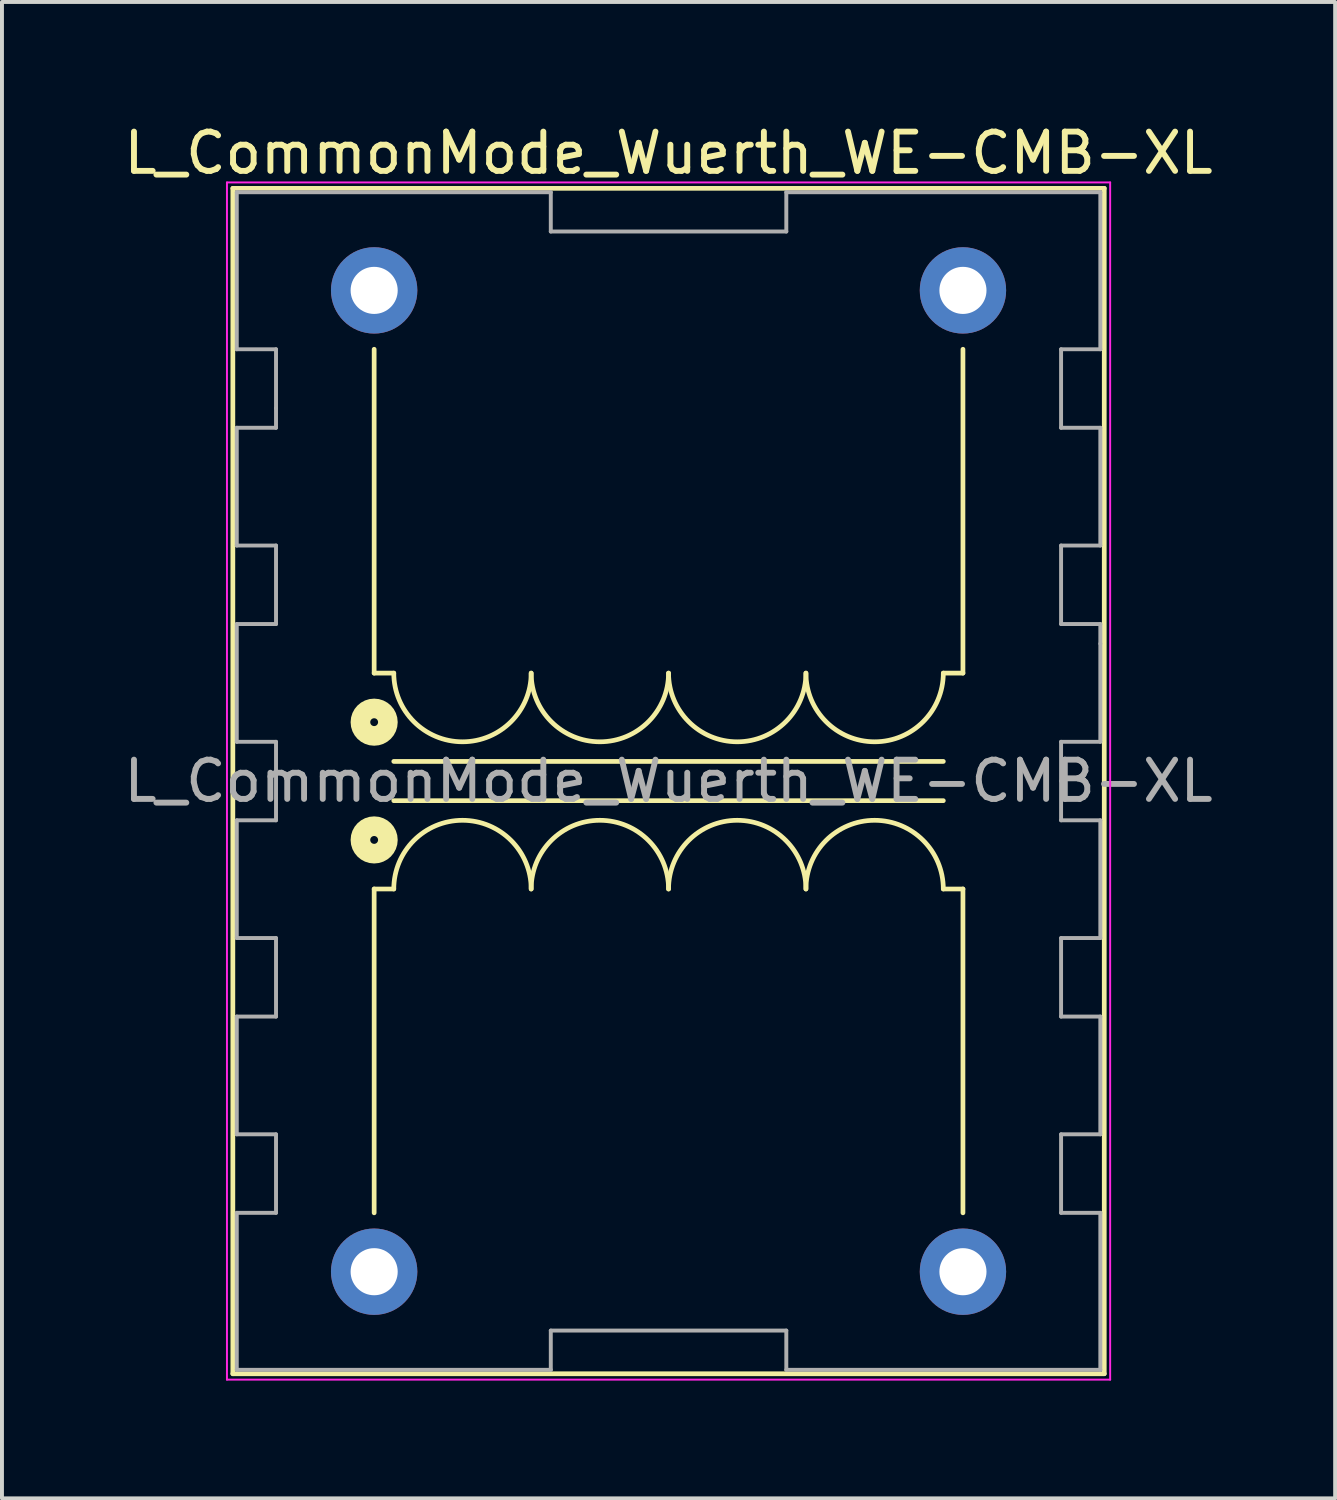
<source format=kicad_pcb>
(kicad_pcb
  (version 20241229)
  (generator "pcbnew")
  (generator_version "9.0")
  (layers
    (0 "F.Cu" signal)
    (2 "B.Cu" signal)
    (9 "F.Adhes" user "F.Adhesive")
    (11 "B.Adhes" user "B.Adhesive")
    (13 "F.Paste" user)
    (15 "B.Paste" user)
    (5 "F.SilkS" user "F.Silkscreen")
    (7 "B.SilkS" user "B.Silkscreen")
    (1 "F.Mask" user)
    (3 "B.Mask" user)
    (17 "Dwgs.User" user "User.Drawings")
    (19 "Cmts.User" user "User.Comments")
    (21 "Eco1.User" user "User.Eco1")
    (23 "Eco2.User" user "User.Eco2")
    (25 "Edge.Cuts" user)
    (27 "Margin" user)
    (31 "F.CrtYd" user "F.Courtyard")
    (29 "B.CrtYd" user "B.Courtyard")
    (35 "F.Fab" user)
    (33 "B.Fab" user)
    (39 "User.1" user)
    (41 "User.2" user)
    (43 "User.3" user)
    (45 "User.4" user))
  (footprint "L_CommonMode_Wuerth_WE-CMB-XL"
    (layer "F.Cu")
    (at 6.482 4.348)
    (property "Reference" "L_CommonMode_Wuerth_WE-CMB-XL" (at 7.5 -3.5 0) (layer "F.SilkS") (effects (font (size 1 1) (thickness 0.15))))
    (attr through_hole)
    (fp_line (start -3.6 -2.6) (end -3.6 27.6) (stroke (width 0.12) (type solid)) (layer "F.SilkS"))
    (fp_line (start -3.6 27.6) (end 18.6 27.6) (stroke (width 0.12) (type solid)) (layer "F.SilkS"))
    (fp_line (start 0 9.75) (end 0 1.5) (stroke (width 0.12) (type solid)) (layer "F.SilkS"))
    (fp_line (start 0 15.25) (end 0 23.5) (stroke (width 0.12) (type solid)) (layer "F.SilkS"))
    (fp_line (start 0.5 9.75) (end 0 9.75) (stroke (width 0.12) (type solid)) (layer "F.SilkS"))
    (fp_line (start 0.5 12) (end 14.5 12) (stroke (width 0.12) (type solid)) (layer "F.SilkS"))
    (fp_line (start 0.5 13) (end 14.5 13) (stroke (width 0.12) (type solid)) (layer "F.SilkS"))
    (fp_line (start 0.5 15.25) (end 0 15.25) (stroke (width 0.12) (type solid)) (layer "F.SilkS"))
    (fp_line (start 14.5 9.75) (end 15 9.75) (stroke (width 0.12) (type solid)) (layer "F.SilkS"))
    (fp_line (start 14.5 15.25) (end 15 15.25) (stroke (width 0.12) (type solid)) (layer "F.SilkS"))
    (fp_line (start 15 9.75) (end 15 1.5) (stroke (width 0.12) (type solid)) (layer "F.SilkS"))
    (fp_line (start 15 15.25) (end 15 23.5) (stroke (width 0.12) (type solid)) (layer "F.SilkS"))
    (fp_line (start 18.6 -2.6) (end -3.6 -2.6) (stroke (width 0.12) (type solid)) (layer "F.SilkS"))
    (fp_line (start 18.6 27.6) (end 18.6 -2.6) (stroke (width 0.12) (type solid)) (layer "F.SilkS"))
    (fp_arc (start 0.5 15.25) (mid 2.25 13.5) (end 4 15.25) (stroke (width 0.12) (type solid)) (layer "F.SilkS"))
    (fp_arc (start 4 9.75) (mid 2.25 11.5) (end 0.5 9.75) (stroke (width 0.12) (type solid)) (layer "F.SilkS"))
    (fp_arc (start 4 15.25) (mid 5.75 13.5) (end 7.5 15.25) (stroke (width 0.12) (type solid)) (layer "F.SilkS"))
    (fp_arc (start 7.5 9.75) (mid 5.75 11.5) (end 4 9.75) (stroke (width 0.12) (type solid)) (layer "F.SilkS"))
    (fp_arc (start 7.5 15.25) (mid 9.25 13.5) (end 11 15.25) (stroke (width 0.12) (type solid)) (layer "F.SilkS"))
    (fp_arc (start 11 9.75) (mid 9.25 11.5) (end 7.5 9.75) (stroke (width 0.12) (type solid)) (layer "F.SilkS"))
    (fp_arc (start 11 15.25) (mid 12.75 13.5) (end 14.5 15.25) (stroke (width 0.12) (type solid)) (layer "F.SilkS"))
    (fp_arc (start 14.5 9.75) (mid 12.75 11.5) (end 11 9.75) (stroke (width 0.12) (type solid)) (layer "F.SilkS"))
    (fp_circle (center 0 11) (end 0.1 11) (stroke (width 0.5) (type solid)) (fill no) (layer "F.SilkS"))
    (fp_circle (center 0 14) (end 0.1 14) (stroke (width 0.5) (type solid)) (fill no) (layer "F.SilkS"))
    (fp_line (start -3.75 -2.75) (end 18.75 -2.75) (stroke (width 0.05) (type solid)) (layer "F.CrtYd"))
    (fp_line (start -3.75 27.75) (end -3.75 -2.75) (stroke (width 0.05) (type solid)) (layer "F.CrtYd"))
    (fp_line (start 18.75 -2.75) (end 18.75 27.75) (stroke (width 0.05) (type solid)) (layer "F.CrtYd"))
    (fp_line (start 18.75 27.75) (end -3.75 27.75) (stroke (width 0.05) (type solid)) (layer "F.CrtYd"))
    (fp_line (start -3.5 -2.5) (end -3.5 1.5) (stroke (width 0.1) (type solid)) (layer "F.Fab"))
    (fp_line (start -3.5 1.5) (end -2.5 1.5) (stroke (width 0.1) (type solid)) (layer "F.Fab"))
    (fp_line (start -3.5 3.5) (end -3.5 6.5) (stroke (width 0.1) (type solid)) (layer "F.Fab"))
    (fp_line (start -3.5 6.5) (end -2.5 6.5) (stroke (width 0.1) (type solid)) (layer "F.Fab"))
    (fp_line (start -3.5 8.5) (end -3.5 11.5) (stroke (width 0.1) (type solid)) (layer "F.Fab"))
    (fp_line (start -3.5 11.5) (end -2.5 11.5) (stroke (width 0.1) (type solid)) (layer "F.Fab"))
    (fp_line (start -3.5 13.5) (end -3.5 16.5) (stroke (width 0.1) (type solid)) (layer "F.Fab"))
    (fp_line (start -3.5 16.5) (end -2.5 16.5) (stroke (width 0.1) (type solid)) (layer "F.Fab"))
    (fp_line (start -3.5 18.5) (end -3.5 21.5) (stroke (width 0.1) (type solid)) (layer "F.Fab"))
    (fp_line (start -3.5 21.5) (end -2.5 21.5) (stroke (width 0.1) (type solid)) (layer "F.Fab"))
    (fp_line (start -3.5 23.5) (end -3.5 27.5) (stroke (width 0.1) (type solid)) (layer "F.Fab"))
    (fp_line (start -2.5 1.5) (end -2.5 3) (stroke (width 0.1) (type solid)) (layer "F.Fab"))
    (fp_line (start -2.5 3) (end -2.5 3.5) (stroke (width 0.1) (type solid)) (layer "F.Fab"))
    (fp_line (start -2.5 3.5) (end -3.5 3.5) (stroke (width 0.1) (type solid)) (layer "F.Fab"))
    (fp_line (start -2.5 6.5) (end -2.5 8.5) (stroke (width 0.1) (type solid)) (layer "F.Fab"))
    (fp_line (start -2.5 8.5) (end -3.5 8.5) (stroke (width 0.1) (type solid)) (layer "F.Fab"))
    (fp_line (start -2.5 11.5) (end -2.5 13.5) (stroke (width 0.1) (type solid)) (layer "F.Fab"))
    (fp_line (start -2.5 13.5) (end -3.5 13.5) (stroke (width 0.1) (type solid)) (layer "F.Fab"))
    (fp_line (start -2.5 16.5) (end -2.5 18.5) (stroke (width 0.1) (type solid)) (layer "F.Fab"))
    (fp_line (start -2.5 18.5) (end -3.5 18.5) (stroke (width 0.1) (type solid)) (layer "F.Fab"))
    (fp_line (start -2.5 21.5) (end -2.5 23.5) (stroke (width 0.1) (type solid)) (layer "F.Fab"))
    (fp_line (start -2.5 23.5) (end -3.5 23.5) (stroke (width 0.1) (type solid)) (layer "F.Fab"))
    (fp_line (start 4.5 -2.5) (end -3.5 -2.5) (stroke (width 0.1) (type solid)) (layer "F.Fab"))
    (fp_line (start 4.5 -1.5) (end 4.5 -2.5) (stroke (width 0.1) (type solid)) (layer "F.Fab"))
    (fp_line (start 4.5 26.5) (end 4.5 27.5) (stroke (width 0.1) (type solid)) (layer "F.Fab"))
    (fp_line (start 4.5 27.5) (end -3.5 27.5) (stroke (width 0.1) (type solid)) (layer "F.Fab"))
    (fp_line (start 10.5 -2.5) (end 10.5 -1.5) (stroke (width 0.1) (type solid)) (layer "F.Fab"))
    (fp_line (start 10.5 -1.5) (end 4.5 -1.5) (stroke (width 0.1) (type solid)) (layer "F.Fab"))
    (fp_line (start 10.5 26.5) (end 4.5 26.5) (stroke (width 0.1) (type solid)) (layer "F.Fab"))
    (fp_line (start 10.5 27.5) (end 10.5 26.5) (stroke (width 0.1) (type solid)) (layer "F.Fab"))
    (fp_line (start 17.5 1.5) (end 18.5 1.5) (stroke (width 0.1) (type solid)) (layer "F.Fab"))
    (fp_line (start 17.5 3.5) (end 17.5 1.5) (stroke (width 0.1) (type solid)) (layer "F.Fab"))
    (fp_line (start 17.5 6.5) (end 18.5 6.5) (stroke (width 0.1) (type solid)) (layer "F.Fab"))
    (fp_line (start 17.5 8.5) (end 17.5 6.5) (stroke (width 0.1) (type solid)) (layer "F.Fab"))
    (fp_line (start 17.5 11.5) (end 18.5 11.5) (stroke (width 0.1) (type solid)) (layer "F.Fab"))
    (fp_line (start 17.5 12.5) (end 17.5 11.5) (stroke (width 0.1) (type solid)) (layer "F.Fab"))
    (fp_line (start 17.5 12.5) (end 17.5 13.5) (stroke (width 0.1) (type solid)) (layer "F.Fab"))
    (fp_line (start 17.5 13.5) (end 18.5 13.5) (stroke (width 0.1) (type solid)) (layer "F.Fab"))
    (fp_line (start 17.5 16.5) (end 17.5 18.5) (stroke (width 0.1) (type solid)) (layer "F.Fab"))
    (fp_line (start 17.5 18.5) (end 18.5 18.5) (stroke (width 0.1) (type solid)) (layer "F.Fab"))
    (fp_line (start 17.5 21.5) (end 17.5 23.5) (stroke (width 0.1) (type solid)) (layer "F.Fab"))
    (fp_line (start 17.5 23.5) (end 18.5 23.5) (stroke (width 0.1) (type solid)) (layer "F.Fab"))
    (fp_line (start 18.5 -2.5) (end 10.5 -2.5) (stroke (width 0.1) (type solid)) (layer "F.Fab"))
    (fp_line (start 18.5 1.5) (end 18.5 -2.5) (stroke (width 0.1) (type solid)) (layer "F.Fab"))
    (fp_line (start 18.5 3.5) (end 17.5 3.5) (stroke (width 0.1) (type solid)) (layer "F.Fab"))
    (fp_line (start 18.5 6.5) (end 18.5 3.5) (stroke (width 0.1) (type solid)) (layer "F.Fab"))
    (fp_line (start 18.5 8.5) (end 17.5 8.5) (stroke (width 0.1) (type solid)) (layer "F.Fab"))
    (fp_line (start 18.5 9) (end 18.5 8.5) (stroke (width 0.1) (type solid)) (layer "F.Fab"))
    (fp_line (start 18.5 11.5) (end 18.5 9) (stroke (width 0.1) (type solid)) (layer "F.Fab"))
    (fp_line (start 18.5 13.5) (end 18.5 16.5) (stroke (width 0.1) (type solid)) (layer "F.Fab"))
    (fp_line (start 18.5 16.5) (end 17.5 16.5) (stroke (width 0.1) (type solid)) (layer "F.Fab"))
    (fp_line (start 18.5 18.5) (end 18.5 21.5) (stroke (width 0.1) (type solid)) (layer "F.Fab"))
    (fp_line (start 18.5 21.5) (end 17.5 21.5) (stroke (width 0.1) (type solid)) (layer "F.Fab"))
    (fp_line (start 18.5 23.5) (end 18.5 27.5) (stroke (width 0.1) (type solid)) (layer "F.Fab"))
    (fp_line (start 18.5 27.5) (end 10.5 27.5) (stroke (width 0.1) (type solid)) (layer "F.Fab"))
    (fp_text user "${REFERENCE}" (at 7.5 12.5 0) (layer "F.Fab") (effects (font (size 1 1) (thickness 0.15))))
    (pad "1" thru_hole circle (at 0 0) (size 2.2 2.2) (drill 1.2) (layers "*.Cu" "*.Mask"))
    (pad "6" thru_hole circle (at 0 25) (size 2.2 2.2) (drill 1.2) (layers "*.Cu" "*.Mask"))
    (pad "7" thru_hole circle (at 15 25) (size 2.2 2.2) (drill 1.2) (layers "*.Cu" "*.Mask"))
    (pad "12" thru_hole circle (at 15 0) (size 2.2 2.2) (drill 1.2) (layers "*.Cu" "*.Mask")))
  (gr_rect
    (start -3 -3)
    (end 30.964 35.123)
    (stroke (width 0.1) (type default))
    (fill no)
    (layer "Edge.Cuts")))
</source>
